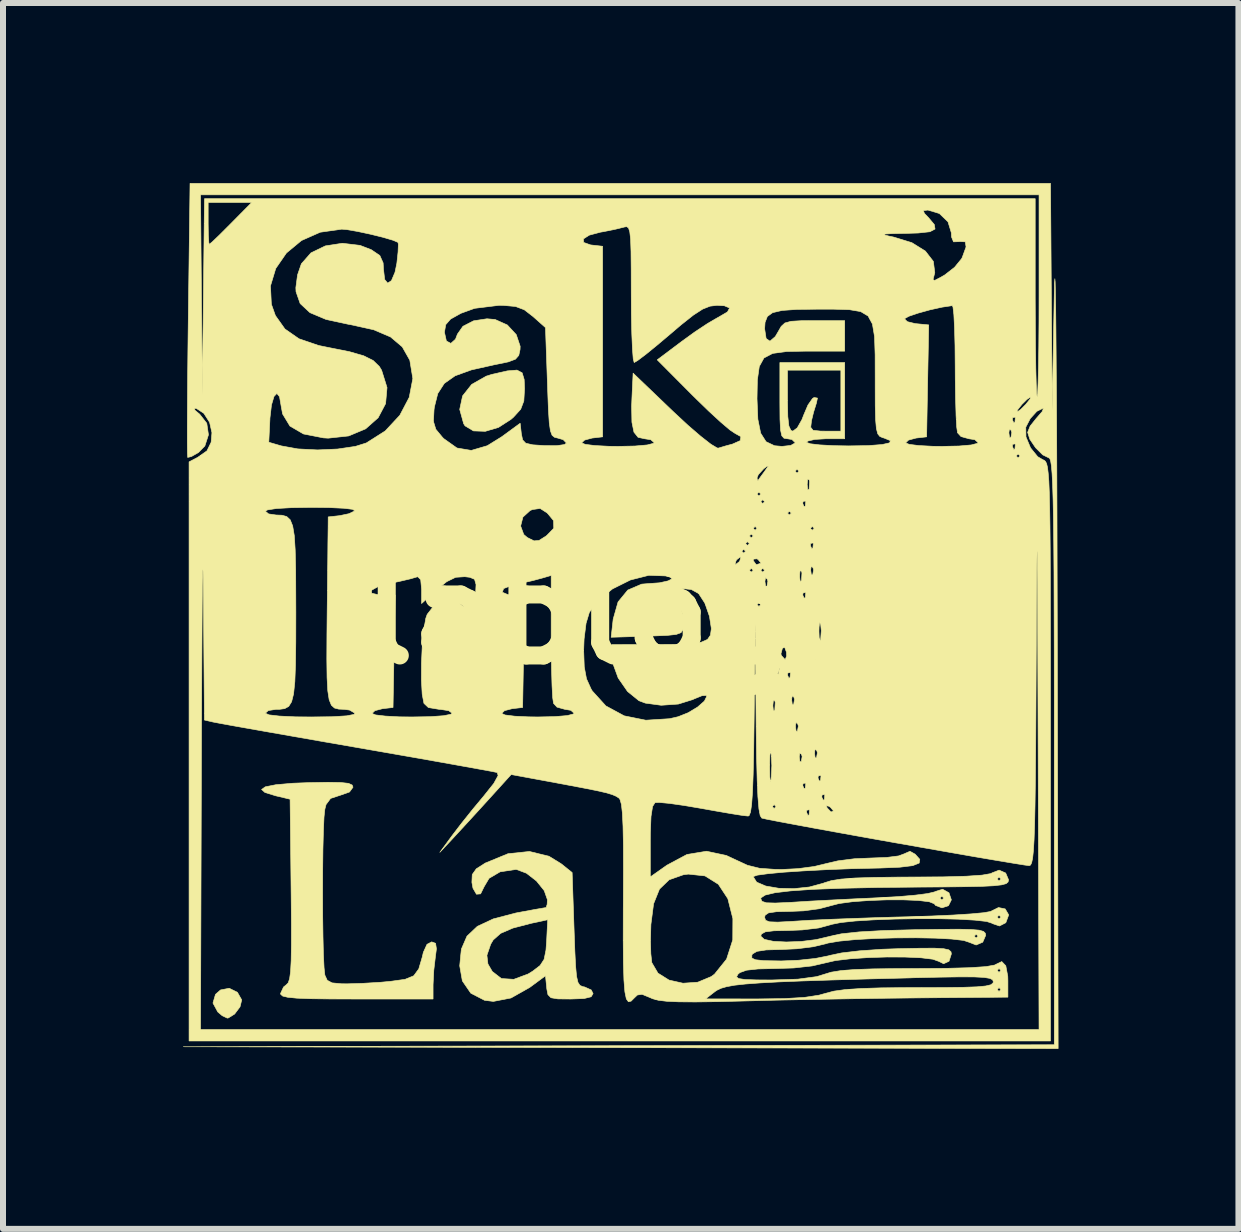
<source format=kicad_pcb>
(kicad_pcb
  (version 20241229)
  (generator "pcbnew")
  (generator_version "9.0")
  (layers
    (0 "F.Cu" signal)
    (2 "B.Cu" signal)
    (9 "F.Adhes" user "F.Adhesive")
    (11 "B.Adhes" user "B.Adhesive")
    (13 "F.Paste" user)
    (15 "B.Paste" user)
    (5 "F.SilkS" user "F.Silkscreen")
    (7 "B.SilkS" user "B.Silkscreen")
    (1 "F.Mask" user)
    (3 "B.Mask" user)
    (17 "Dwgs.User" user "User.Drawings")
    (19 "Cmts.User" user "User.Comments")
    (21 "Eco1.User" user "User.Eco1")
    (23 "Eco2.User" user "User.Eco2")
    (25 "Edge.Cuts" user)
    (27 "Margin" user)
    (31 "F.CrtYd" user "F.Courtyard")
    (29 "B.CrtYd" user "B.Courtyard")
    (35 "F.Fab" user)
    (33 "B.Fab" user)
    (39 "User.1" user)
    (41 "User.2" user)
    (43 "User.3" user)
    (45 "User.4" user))
  (footprint "lablogo"
    (layer "F.Cu")
    (at 7.276 7.181)
    (property "Reference" "lablogo" (at 0 0 0) (layer "F.SilkS") (effects (font (size 1.524 1.524) (thickness 0.3))))
    (attr through_hole)
    (fp_poly (pts (xy -6.371 6.301) (xy -6.299 6.428) (xy -6.327 6.543) (xy -6.417 6.663) (xy -6.523 6.729) (xy -6.54 6.731) (xy -6.624 6.691) (xy -6.698 6.628) (xy -6.778 6.48) (xy -6.736 6.336) (xy -6.652 6.262) (xy -6.507 6.234) (xy -6.371 6.301)) (stroke (width 0.01) (type solid)) (fill yes) (layer "F.SilkS"))
    (fp_poly (pts (xy -1.627 -4.02) (xy -1.593 -3.908) (xy -1.587 -3.753) (xy -1.599 -3.55) (xy -1.651 -3.413) (xy -1.771 -3.281) (xy -1.812 -3.245) (xy -2.021 -3.11) (xy -2.241 -3.045) (xy -2.438 -3.052) (xy -2.578 -3.136) (xy -2.601 -3.171) (xy -2.667 -3.41) (xy -2.619 -3.635) (xy -2.467 -3.827) (xy -2.225 -3.964) (xy -2.133 -3.993) (xy -1.873 -4.052) (xy -1.713 -4.065) (xy -1.627 -4.02)) (stroke (width 0.01) (type solid)) (fill yes) (layer "F.SilkS"))
    (fp_poly (pts (xy -4.648 2.806) (xy -4.52 2.82) (xy -4.459 2.848) (xy -4.445 2.884) (xy -4.503 2.964) (xy -4.659 3.019) (xy -4.66 3.019) (xy -4.818 3.071) (xy -4.894 3.173) (xy -4.914 3.252) (xy -4.928 3.384) (xy -4.938 3.614) (xy -4.946 3.918) (xy -4.95 4.271) (xy -4.951 4.647) (xy -4.95 5.022) (xy -4.945 5.371) (xy -4.938 5.669) (xy -4.927 5.891) (xy -4.914 6.013) (xy -4.913 6.017) (xy -4.874 6.101) (xy -4.794 6.144) (xy -4.636 6.159) (xy -4.542 6.16) (xy -4.284 6.152) (xy -3.985 6.134) (xy -3.814 6.118) (xy -3.577 6.085) (xy -3.433 6.026) (xy -3.349 5.911) (xy -3.29 5.711) (xy -3.273 5.636) (xy -3.212 5.502) (xy -3.134 5.461) (xy -3.069 5.485) (xy -3.055 5.577) (xy -3.071 5.699) (xy -3.099 5.936) (xy -3.111 6.174) (xy -3.111 6.175) (xy -3.111 6.413) (xy -4.381 6.413) (xy -4.822 6.412) (xy -5.15 6.408) (xy -5.381 6.399) (xy -5.532 6.384) (xy -5.616 6.364) (xy -5.649 6.335) (xy -5.652 6.321) (xy -5.602 6.213) (xy -5.555 6.175) (xy -5.524 6.143) (xy -5.501 6.075) (xy -5.485 5.957) (xy -5.475 5.774) (xy -5.471 5.51) (xy -5.471 5.152) (xy -5.475 4.684) (xy -5.476 4.603) (xy -5.493 3.084) (xy -5.734 3.027) (xy -5.912 2.972) (xy -5.968 2.922) (xy -5.906 2.878) (xy -5.731 2.843) (xy -5.449 2.818) (xy -5.186 2.808) (xy -4.863 2.802) (xy -4.648 2.806)) (stroke (width 0.01) (type solid)) (fill yes) (layer "F.SilkS"))
    (fp_poly (pts (xy -1.179 4.035) (xy -0.979 4.158) (xy -0.794 4.306) (xy -0.762 5.248) (xy -0.749 5.612) (xy -0.736 5.868) (xy -0.72 6.037) (xy -0.697 6.136) (xy -0.664 6.186) (xy -0.617 6.207) (xy -0.587 6.212) (xy -0.476 6.262) (xy -0.445 6.323) (xy -0.478 6.376) (xy -0.595 6.405) (xy -0.815 6.413) (xy -0.821 6.413) (xy -1.031 6.411) (xy -1.146 6.392) (xy -1.197 6.341) (xy -1.216 6.244) (xy -1.218 6.22) (xy -1.238 6.026) (xy -1.501 6.22) (xy -1.813 6.396) (xy -2.107 6.453) (xy -2.254 6.434) (xy -2.482 6.316) (xy -2.623 6.111) (xy -2.667 5.86) (xy -2.65 5.684) (xy -2.214 5.684) (xy -2.197 5.829) (xy -2.124 5.955) (xy -1.972 6.072) (xy -1.766 6.085) (xy -1.527 5.996) (xy -1.454 5.951) (xy -1.328 5.855) (xy -1.261 5.752) (xy -1.23 5.599) (xy -1.219 5.449) (xy -1.201 5.092) (xy -1.473 5.151) (xy -1.781 5.231) (xy -1.985 5.319) (xy -2.109 5.429) (xy -2.151 5.5) (xy -2.214 5.684) (xy -2.65 5.684) (xy -2.639 5.581) (xy -2.546 5.366) (xy -2.374 5.203) (xy -2.107 5.078) (xy -1.732 4.98) (xy -1.62 4.959) (xy -1.419 4.922) (xy -1.275 4.897) (xy -1.227 4.889) (xy -1.21 4.836) (xy -1.206 4.758) (xy -1.259 4.607) (xy -1.388 4.447) (xy -1.555 4.317) (xy -1.717 4.256) (xy -1.737 4.255) (xy -1.994 4.294) (xy -2.178 4.402) (xy -2.26 4.541) (xy -2.319 4.661) (xy -2.388 4.667) (xy -2.446 4.567) (xy -2.464 4.469) (xy -2.458 4.339) (xy -2.391 4.244) (xy -2.241 4.148) (xy -1.862 3.992) (xy -1.505 3.955) (xy -1.179 4.035)) (stroke (width 0.01) (type solid)) (fill yes) (layer "F.SilkS"))
    (fp_poly (pts (xy 7.204 -3.397) (xy 7.239 -5.334) (xy 7.244 -5.521) (xy 7.248 -5.587) (xy 7.253 -5.537) (xy 7.257 -5.375) (xy 7.262 -5.108) (xy 7.266 -4.741) (xy 7.27 -4.278) (xy 7.274 -3.726) (xy 7.278 -3.09) (xy 7.281 -2.375) (xy 7.284 -1.587) (xy 7.286 -0.73) (xy 7.288 -0.016) (xy 7.303 7.239) (xy 0.016 7.223) (xy -7.271 7.208) (xy -0.016 7.191) (xy 7.239 7.175) (xy 7.239 2.286) (xy 7.239 1.369) (xy 7.238 0.572) (xy 7.236 -0.114) (xy 7.234 -0.697) (xy 7.23 -1.185) (xy 7.225 -1.585) (xy 7.219 -1.906) (xy 7.211 -2.155) (xy 7.202 -2.34) (xy 7.191 -2.47) (xy 7.178 -2.552) (xy 7.163 -2.593) (xy 7.148 -2.603) (xy 7.046 -2.653) (xy 6.927 -2.772) (xy 6.831 -2.914) (xy 6.795 -3.028) (xy 6.836 -3.131) (xy 6.939 -3.261) (xy 6.95 -3.273) (xy 7.038 -3.375) (xy 7.057 -3.427) (xy 7.05 -3.429) (xy 6.948 -3.378) (xy 6.839 -3.258) (xy 6.764 -3.114) (xy 6.767 -2.952) (xy 6.843 -2.77) (xy 6.963 -2.622) (xy 7.048 -2.572) (xy 7.072 -2.562) (xy 7.092 -2.544) (xy 7.11 -2.509) (xy 7.125 -2.448) (xy 7.137 -2.352) (xy 7.148 -2.215) (xy 7.156 -2.026) (xy 7.162 -1.777) (xy 7.167 -1.461) (xy 7.171 -1.067) (xy 7.173 -0.589) (xy 7.174 -0.018) (xy 7.175 0.656) (xy 7.175 1.44) (xy 7.175 2.29) (xy 7.176 7.112) (xy -7.176 7.112) (xy -7.176 6.921) (xy -6.985 6.921) (xy 6.985 6.921) (xy 6.97 2.27) (xy 6.967 1.433) (xy 6.964 0.721) (xy 6.962 0.132) (xy 6.96 -0.336) (xy 6.958 -0.685) (xy 6.956 -0.918) (xy 6.954 -1.036) (xy 6.952 -1.041) (xy 6.95 -0.936) (xy 6.947 -0.723) (xy 6.945 -0.403) (xy 6.942 0.022) (xy 6.939 0.549) (xy 6.937 0.905) (xy 6.933 1.64) (xy 6.929 2.259) (xy 6.924 2.77) (xy 6.918 3.184) (xy 6.911 3.511) (xy 6.902 3.76) (xy 6.891 3.942) (xy 6.878 4.066) (xy 6.862 4.142) (xy 6.844 4.18) (xy 6.822 4.191) (xy 6.737 4.18) (xy 6.545 4.149) (xy 6.264 4.102) (xy 5.911 4.042) (xy 5.505 3.971) (xy 5.063 3.893) (xy 4.602 3.812) (xy 4.141 3.73) (xy 3.698 3.65) (xy 3.29 3.576) (xy 2.935 3.51) (xy 2.651 3.457) (xy 2.455 3.419) (xy 2.367 3.399) (xy 2.365 3.398) (xy 2.339 3.357) (xy 2.329 3.302) (xy 3.111 3.302) (xy 3.135 3.354) (xy 3.154 3.344) (xy 3.161 3.269) (xy 3.154 3.26) (xy 3.116 3.268) (xy 3.111 3.302) (xy 2.329 3.302) (xy 2.318 3.246) (xy 2.315 3.207) (xy 2.54 3.207) (xy 2.572 3.239) (xy 2.603 3.207) (xy 2.59 3.193) (xy 3.439 3.193) (xy 3.455 3.229) (xy 3.519 3.297) (xy 3.555 3.283) (xy 3.556 3.274) (xy 3.511 3.22) (xy 3.483 3.201) (xy 3.439 3.193) (xy 2.59 3.193) (xy 2.572 3.175) (xy 2.54 3.207) (xy 2.315 3.207) (xy 2.302 3.055) (xy 2.301 3.048) (xy 3.365 3.048) (xy 3.389 3.1) (xy 3.408 3.09) (xy 3.415 3.015) (xy 3.408 3.006) (xy 3.37 3.014) (xy 3.365 3.048) (xy 2.301 3.048) (xy 2.293 2.857) (xy 3.048 2.857) (xy 3.071 2.91) (xy 3.09 2.9) (xy 3.098 2.824) (xy 3.09 2.815) (xy 3.053 2.824) (xy 3.048 2.857) (xy 2.293 2.857) (xy 2.289 2.773) (xy 2.283 2.54) (xy 2.497 2.54) (xy 2.5 2.714) (xy 2.509 2.792) (xy 2.521 2.759) (xy 2.522 2.746) (xy 2.523 2.731) (xy 3.302 2.731) (xy 3.325 2.783) (xy 3.344 2.773) (xy 3.352 2.697) (xy 3.344 2.688) (xy 3.307 2.697) (xy 3.302 2.731) (xy 2.523 2.731) (xy 2.533 2.524) (xy 2.525 2.376) (xy 2.99 2.376) (xy 3.001 2.458) (xy 3.023 2.459) (xy 3.038 2.374) (xy 3.028 2.338) (xy 3 2.314) (xy 2.99 2.376) (xy 2.525 2.376) (xy 2.522 2.334) (xy 2.517 2.312) (xy 3.244 2.312) (xy 3.255 2.395) (xy 3.277 2.396) (xy 3.292 2.311) (xy 3.282 2.274) (xy 3.254 2.25) (xy 3.244 2.312) (xy 2.517 2.312) (xy 2.51 2.286) (xy 2.501 2.351) (xy 2.497 2.514) (xy 2.497 2.54) (xy 2.283 2.54) (xy 2.279 2.389) (xy 2.272 1.891) (xy 2.272 1.868) (xy 2.926 1.868) (xy 2.938 1.95) (xy 2.959 1.951) (xy 2.975 1.866) (xy 2.964 1.83) (xy 2.936 1.806) (xy 2.926 1.868) (xy 2.272 1.868) (xy 2.271 1.764) (xy 2.269 1.524) (xy 2.55 1.524) (xy 2.56 1.614) (xy 2.582 1.603) (xy 2.59 1.473) (xy 2.582 1.445) (xy 2.559 1.437) (xy 2.55 1.524) (xy 2.269 1.524) (xy 2.268 1.423) (xy 2.863 1.423) (xy 2.874 1.506) (xy 2.896 1.507) (xy 2.911 1.422) (xy 2.901 1.385) (xy 2.873 1.361) (xy 2.863 1.423) (xy 2.268 1.423) (xy 2.264 1.016) (xy 2.794 1.016) (xy 2.817 1.068) (xy 2.836 1.058) (xy 2.844 0.983) (xy 2.836 0.974) (xy 2.799 0.982) (xy 2.794 1.016) (xy 2.264 1.016) (xy 2.263 0.915) (xy 2.609 0.915) (xy 2.62 0.998) (xy 2.642 0.999) (xy 2.657 0.914) (xy 2.647 0.877) (xy 2.619 0.853) (xy 2.609 0.915) (xy 2.263 0.915) (xy 2.261 0.665) (xy 2.684 0.665) (xy 2.695 0.693) (xy 2.755 0.758) (xy 2.767 0.73) (xy 3.239 0.73) (xy 3.27 0.762) (xy 3.302 0.73) (xy 3.27 0.699) (xy 3.239 0.73) (xy 2.767 0.73) (xy 2.779 0.702) (xy 2.777 0.636) (xy 2.748 0.556) (xy 2.71 0.567) (xy 2.684 0.665) (xy 2.261 0.665) (xy 2.259 0.407) (xy 3.18 0.407) (xy 3.192 0.49) (xy 3.213 0.491) (xy 3.229 0.406) (xy 3.218 0.369) (xy 3.19 0.345) (xy 3.18 0.407) (xy 2.259 0.407) (xy 2.258 0.286) (xy 3.318 0.286) (xy 3.323 0.416) (xy 3.338 0.45) (xy 3.346 0.429) (xy 3.357 0.277) (xy 3.347 0.175) (xy 3.33 0.14) (xy 3.32 0.216) (xy 3.318 0.286) (xy 2.258 0.286) (xy 2.257 0.159) (xy 2.238 1.762) (xy 2.231 2.275) (xy 2.222 2.674) (xy 2.211 2.969) (xy 2.196 3.174) (xy 2.178 3.299) (xy 2.154 3.358) (xy 2.138 3.365) (xy 2.046 3.355) (xy 1.857 3.325) (xy 1.602 3.281) (xy 1.362 3.238) (xy 1.074 3.189) (xy 0.829 3.154) (xy 0.656 3.138) (xy 0.587 3.141) (xy 0.546 3.206) (xy 0.52 3.372) (xy 0.509 3.65) (xy 0.508 3.775) (xy 0.508 4.379) (xy 0.786 4.183) (xy 1.119 4.005) (xy 1.445 3.951) (xy 1.774 4.021) (xy 1.924 4.091) (xy 2.127 4.185) (xy 2.329 4.235) (xy 2.582 4.253) (xy 2.694 4.255) (xy 2.971 4.241) (xy 3.24 4.205) (xy 3.429 4.159) (xy 3.634 4.111) (xy 3.909 4.076) (xy 4.186 4.064) (xy 4.448 4.054) (xy 4.645 4.029) (xy 4.747 3.991) (xy 4.747 3.99) (xy 4.835 3.952) (xy 4.921 4) (xy 4.998 4.086) (xy 4.988 4.148) (xy 4.88 4.191) (xy 4.666 4.217) (xy 4.336 4.231) (xy 4.281 4.232) (xy 3.859 4.242) (xy 3.447 4.258) (xy 3.066 4.278) (xy 2.734 4.3) (xy 2.47 4.325) (xy 2.293 4.349) (xy 2.223 4.373) (xy 2.223 4.375) (xy 2.28 4.466) (xy 2.432 4.531) (xy 2.649 4.568) (xy 2.901 4.574) (xy 3.158 4.547) (xy 3.39 4.484) (xy 3.407 4.477) (xy 3.523 4.441) (xy 3.687 4.415) (xy 3.714 4.413) (xy 6.287 4.413) (xy 6.318 4.445) (xy 6.35 4.413) (xy 6.318 4.381) (xy 6.287 4.413) (xy 3.714 4.413) (xy 3.918 4.397) (xy 4.233 4.387) (xy 4.649 4.382) (xy 4.885 4.381) (xy 5.391 4.378) (xy 5.774 4.367) (xy 6.036 4.349) (xy 6.179 4.324) (xy 6.206 4.31) (xy 6.32 4.266) (xy 6.429 4.314) (xy 6.477 4.427) (xy 6.469 4.463) (xy 6.436 4.491) (xy 6.362 4.511) (xy 6.232 4.526) (xy 6.031 4.536) (xy 5.744 4.542) (xy 5.356 4.546) (xy 5.001 4.548) (xy 4.286 4.555) (xy 3.693 4.568) (xy 3.216 4.586) (xy 2.849 4.611) (xy 2.587 4.642) (xy 2.423 4.681) (xy 2.353 4.727) (xy 2.349 4.742) (xy 2.369 4.786) (xy 2.442 4.81) (xy 2.592 4.814) (xy 2.84 4.803) (xy 2.905 4.799) (xy 3.193 4.781) (xy 3.559 4.762) (xy 3.956 4.742) (xy 4.199 4.731) (xy 5.334 4.731) (xy 5.366 4.763) (xy 5.397 4.731) (xy 5.366 4.699) (xy 5.334 4.731) (xy 4.199 4.731) (xy 4.318 4.725) (xy 4.64 4.707) (xy 4.919 4.683) (xy 5.129 4.656) (xy 5.243 4.629) (xy 5.254 4.623) (xy 5.378 4.584) (xy 5.484 4.643) (xy 5.524 4.761) (xy 5.476 4.858) (xy 5.368 4.894) (xy 5.261 4.854) (xy 5.239 4.826) (xy 5.156 4.793) (xy 4.976 4.771) (xy 4.729 4.761) (xy 4.444 4.761) (xy 4.149 4.772) (xy 3.876 4.792) (xy 3.653 4.822) (xy 3.514 4.858) (xy 3.324 4.909) (xy 3.065 4.944) (xy 2.85 4.953) (xy 2.613 4.958) (xy 2.478 4.978) (xy 2.421 5.017) (xy 2.413 5.053) (xy 2.429 5.102) (xy 2.494 5.127) (xy 2.631 5.132) (xy 2.864 5.12) (xy 2.937 5.115) (xy 3.165 5.101) (xy 3.491 5.086) (xy 3.885 5.071) (xy 4.316 5.056) (xy 4.593 5.048) (xy 6.287 5.048) (xy 6.318 5.08) (xy 6.35 5.048) (xy 6.318 5.016) (xy 6.287 5.048) (xy 4.593 5.048) (xy 4.756 5.044) (xy 4.794 5.043) (xy 5.195 5.03) (xy 5.553 5.014) (xy 5.849 4.995) (xy 6.064 4.975) (xy 6.177 4.955) (xy 6.188 4.949) (xy 6.309 4.889) (xy 6.421 4.912) (xy 6.477 5.007) (xy 6.477 5.018) (xy 6.431 5.142) (xy 6.326 5.196) (xy 6.211 5.157) (xy 6.206 5.152) (xy 6.112 5.121) (xy 5.915 5.099) (xy 5.64 5.083) (xy 5.31 5.075) (xy 4.949 5.075) (xy 4.582 5.081) (xy 4.232 5.094) (xy 3.924 5.113) (xy 3.681 5.139) (xy 3.527 5.17) (xy 3.514 5.175) (xy 3.315 5.229) (xy 3.04 5.262) (xy 2.818 5.271) (xy 2.569 5.276) (xy 2.424 5.294) (xy 2.359 5.331) (xy 2.349 5.366) (xy 2.407 5.419) (xy 2.559 5.452) (xy 2.774 5.463) (xy 3.022 5.454) (xy 3.272 5.423) (xy 3.492 5.371) (xy 3.497 5.369) (xy 3.511 5.366) (xy 5.905 5.366) (xy 5.937 5.397) (xy 5.969 5.366) (xy 5.937 5.334) (xy 5.905 5.366) (xy 3.511 5.366) (xy 3.69 5.327) (xy 3.987 5.295) (xy 4.395 5.272) (xy 4.923 5.258) (xy 4.937 5.258) (xy 5.348 5.252) (xy 5.648 5.25) (xy 5.856 5.255) (xy 5.987 5.266) (xy 6.06 5.287) (xy 6.09 5.317) (xy 6.096 5.352) (xy 6.047 5.466) (xy 5.937 5.513) (xy 5.825 5.469) (xy 5.729 5.437) (xy 5.532 5.414) (xy 5.259 5.399) (xy 4.937 5.393) (xy 4.589 5.395) (xy 4.243 5.405) (xy 3.924 5.423) (xy 3.657 5.449) (xy 3.468 5.481) (xy 3.429 5.493) (xy 3.223 5.542) (xy 2.953 5.576) (xy 2.698 5.588) (xy 2.44 5.595) (xy 2.285 5.619) (xy 2.21 5.663) (xy 2.2 5.683) (xy 2.2 5.731) (xy 2.26 5.759) (xy 2.401 5.774) (xy 2.645 5.778) (xy 2.689 5.779) (xy 2.979 5.767) (xy 3.259 5.737) (xy 3.475 5.694) (xy 3.497 5.687) (xy 3.696 5.645) (xy 3.995 5.61) (xy 4.371 5.584) (xy 4.651 5.574) (xy 5.001 5.567) (xy 5.243 5.566) (xy 5.397 5.575) (xy 5.482 5.594) (xy 5.518 5.626) (xy 5.524 5.662) (xy 5.485 5.784) (xy 5.395 5.825) (xy 5.316 5.786) (xy 5.216 5.75) (xy 5.019 5.726) (xy 4.753 5.714) (xy 4.449 5.713) (xy 4.135 5.723) (xy 3.84 5.743) (xy 3.594 5.772) (xy 3.429 5.81) (xy 3.204 5.862) (xy 2.897 5.896) (xy 2.603 5.905) (xy 2.305 5.912) (xy 2.112 5.933) (xy 2 5.973) (xy 1.968 6.001) (xy 1.946 6.044) (xy 1.979 6.072) (xy 2.084 6.088) (xy 2.282 6.095) (xy 2.534 6.096) (xy 2.968 6.082) (xy 3.28 6.04) (xy 3.407 6.001) (xy 3.521 5.966) (xy 3.682 5.94) (xy 3.718 5.937) (xy 6.287 5.937) (xy 6.318 5.969) (xy 6.35 5.937) (xy 6.318 5.905) (xy 6.287 5.937) (xy 3.718 5.937) (xy 3.909 5.922) (xy 4.218 5.911) (xy 4.627 5.906) (xy 4.916 5.905) (xy 5.438 5.902) (xy 5.833 5.891) (xy 6.102 5.873) (xy 6.246 5.847) (xy 6.268 5.835) (xy 6.364 5.789) (xy 6.431 5.859) (xy 6.464 6.035) (xy 6.466 6.112) (xy 6.466 6.382) (xy 4.995 6.394) (xy 4.454 6.4) (xy 3.844 6.409) (xy 3.213 6.42) (xy 2.612 6.432) (xy 2.109 6.445) (xy 1.629 6.457) (xy 1.26 6.462) (xy 0.983 6.46) (xy 0.783 6.451) (xy 0.643 6.434) (xy 0.557 6.411) (xy 1.429 6.411) (xy 2.294 6.412) (xy 2.74 6.406) (xy 3.076 6.386) (xy 3.319 6.349) (xy 3.429 6.318) (xy 3.566 6.282) (xy 3.754 6.256) (xy 3.772 6.255) (xy 6.287 6.255) (xy 6.318 6.287) (xy 6.35 6.255) (xy 6.318 6.223) (xy 6.287 6.255) (xy 3.772 6.255) (xy 4.013 6.238) (xy 4.358 6.227) (xy 4.808 6.223) (xy 4.961 6.223) (xy 5.396 6.222) (xy 5.72 6.218) (xy 5.948 6.21) (xy 6.096 6.196) (xy 6.181 6.176) (xy 6.218 6.147) (xy 6.223 6.124) (xy 6.211 6.092) (xy 6.165 6.069) (xy 6.069 6.053) (xy 5.908 6.045) (xy 5.668 6.044) (xy 5.332 6.049) (xy 4.886 6.059) (xy 4.842 6.061) (xy 4.131 6.079) (xy 3.537 6.096) (xy 3.047 6.112) (xy 2.65 6.128) (xy 2.337 6.145) (xy 2.095 6.163) (xy 1.913 6.183) (xy 1.781 6.207) (xy 1.687 6.234) (xy 1.62 6.266) (xy 1.587 6.288) (xy 1.429 6.411) (xy 0.557 6.411) (xy 0.546 6.408) (xy 0.508 6.391) (xy 0.372 6.335) (xy 0.293 6.346) (xy 0.247 6.39) (xy 0.189 6.448) (xy 0.144 6.459) (xy 0.109 6.411) (xy 0.085 6.295) (xy 0.069 6.098) (xy 0.06 5.81) (xy 0.057 5.434) (xy 0.511 5.434) (xy 0.517 5.658) (xy 0.533 5.804) (xy 0.534 5.808) (xy 0.636 5.982) (xy 0.821 6.098) (xy 1.053 6.15) (xy 1.299 6.133) (xy 1.524 6.039) (xy 1.578 5.999) (xy 1.779 5.749) (xy 1.882 5.428) (xy 1.884 5.074) (xy 1.8 4.741) (xy 1.642 4.501) (xy 1.42 4.362) (xy 1.142 4.332) (xy 1.059 4.343) (xy 0.823 4.426) (xy 0.661 4.582) (xy 0.563 4.826) (xy 0.518 5.173) (xy 0.518 5.179) (xy 0.511 5.434) (xy 0.057 5.434) (xy 0.057 5.419) (xy 0.058 4.915) (xy 0.059 4.786) (xy 0.061 4.26) (xy 0.06 3.847) (xy 0.054 3.536) (xy 0.043 3.315) (xy 0.027 3.17) (xy 0.004 3.09) (xy -0.012 3.067) (xy -0.059 3.036) (xy -0.126 3.007) (xy -0.231 2.976) (xy -0.395 2.939) (xy -0.637 2.891) (xy -0.977 2.827) (xy -1.143 2.796) (xy -1.81 2.673) (xy -2.195 3.098) (xy -2.399 3.322) (xy -2.598 3.539) (xy -2.757 3.711) (xy -2.79 3.747) (xy -2.998 3.969) (xy -2.788 3.683) (xy -2.635 3.483) (xy -2.442 3.242) (xy -2.267 3.032) (xy -2.099 2.821) (xy -2.027 2.69) (xy -2.042 2.64) (xy -2.122 2.623) (xy -2.313 2.588) (xy -2.6 2.536) (xy -2.968 2.47) (xy -3.402 2.393) (xy -3.888 2.308) (xy -4.381 2.222) (xy -4.906 2.131) (xy -5.395 2.045) (xy -5.834 1.968) (xy -6.207 1.902) (xy -6.499 1.85) (xy -6.695 1.814) (xy -6.778 1.798) (xy -6.92 1.765) (xy -6.937 -0.308) (xy -6.94 -0.574) (xy -6.943 -0.717) (xy -6.947 -0.743) (xy -6.95 -0.656) (xy -6.954 -0.461) (xy -6.957 -0.163) (xy -6.96 0.233) (xy -6.963 0.723) (xy -6.966 1.302) (xy -6.969 1.964) (xy -6.97 2.27) (xy -6.985 6.921) (xy -7.176 6.921) (xy -7.176 2.288) (xy -7.176 -1.714) (xy -5.905 -1.714) (xy -5.851 -1.669) (xy -5.728 -1.651) (xy -5.627 -1.647) (xy -5.549 -1.625) (xy -5.491 -1.571) (xy -5.45 -1.469) (xy -5.423 -1.307) (xy -5.408 -1.068) (xy -5.4 -0.739) (xy -5.398 -0.306) (xy -5.397 -0.032) (xy -5.398 0.463) (xy -5.403 0.845) (xy -5.414 1.129) (xy -5.435 1.329) (xy -5.468 1.461) (xy -5.516 1.538) (xy -5.583 1.575) (xy -5.672 1.587) (xy -5.728 1.587) (xy -5.856 1.607) (xy -5.905 1.651) (xy -5.844 1.679) (xy -5.671 1.699) (xy -5.4 1.712) (xy -5.14 1.714) (xy -4.788 1.71) (xy -4.549 1.695) (xy -4.427 1.671) (xy -4.413 1.651) (xy -4.502 1.599) (xy -4.592 1.587) (xy -4.683 1.583) (xy -4.753 1.565) (xy -4.805 1.518) (xy -4.842 1.427) (xy -4.865 1.278) (xy -4.877 1.057) (xy -4.881 0.749) (xy -4.879 0.34) (xy -4.875 -0.068) (xy -4.871 -0.396) (xy -4.138 -0.396) (xy -4.133 -0.348) (xy -4.015 -0.32) (xy -3.932 -0.318) (xy -3.743 -0.318) (xy -3.761 0.619) (xy -3.778 1.556) (xy -3.953 1.576) (xy -4.08 1.609) (xy -4.128 1.655) (xy -4.068 1.68) (xy -3.907 1.699) (xy -3.671 1.712) (xy -3.461 1.714) (xy -3.156 1.709) (xy -2.934 1.693) (xy -2.812 1.668) (xy -2.799 1.655) (xy -1.968 1.655) (xy -1.91 1.681) (xy -1.751 1.701) (xy -1.521 1.712) (xy -1.365 1.714) (xy -1.081 1.708) (xy -0.876 1.691) (xy -0.772 1.664) (xy -0.762 1.651) (xy -0.816 1.603) (xy -0.914 1.587) (xy -1.046 1.55) (xy -1.104 1.487) (xy -1.118 1.392) (xy -1.129 1.193) (xy -1.137 0.916) (xy -1.142 0.603) (xy -0.602 0.603) (xy -0.592 0.88) (xy -0.555 1.078) (xy -0.479 1.246) (xy -0.459 1.28) (xy -0.232 1.53) (xy 0.073 1.695) (xy 0.434 1.768) (xy 0.829 1.743) (xy 0.972 1.71) (xy 1.14 1.643) (xy 1.296 1.549) (xy 1.409 1.45) (xy 1.448 1.372) (xy 1.44 1.355) (xy 1.369 1.36) (xy 1.236 1.414) (xy 1.216 1.424) (xy 0.975 1.499) (xy 0.69 1.519) (xy 0.425 1.483) (xy 0.319 1.443) (xy 0.129 1.289) (xy -0.027 1.064) (xy -0.117 0.818) (xy -0.127 0.721) (xy -0.127 0.508) (xy 0.556 0.507) (xy 0.926 0.504) (xy 1.189 0.492) (xy 1.361 0.467) (xy 1.462 0.422) (xy 1.51 0.352) (xy 1.524 0.253) (xy 1.524 0.231) (xy 1.494 0.037) (xy 1.481 0) (xy 3.111 0) (xy 3.135 0.052) (xy 3.154 0.042) (xy 3.161 -0.033) (xy 3.154 -0.042) (xy 3.116 -0.034) (xy 3.111 0) (xy 1.481 0) (xy 1.426 -0.159) (xy 2.286 -0.159) (xy 2.318 -0.127) (xy 2.349 -0.159) (xy 2.318 -0.191) (xy 2.286 -0.159) (xy 1.426 -0.159) (xy 1.422 -0.17) (xy 1.413 -0.189) (xy 1.313 -0.343) (xy 1.302 -0.349) (xy 2.349 -0.349) (xy 2.381 -0.318) (xy 3.048 -0.318) (xy 3.071 -0.265) (xy 3.09 -0.275) (xy 3.095 -0.318) (xy 3.239 -0.318) (xy 3.262 -0.265) (xy 3.281 -0.275) (xy 3.288 -0.351) (xy 3.281 -0.36) (xy 3.243 -0.351) (xy 3.239 -0.318) (xy 3.095 -0.318) (xy 3.098 -0.351) (xy 3.09 -0.36) (xy 3.053 -0.351) (xy 3.048 -0.318) (xy 2.381 -0.318) (xy 2.413 -0.349) (xy 2.381 -0.381) (xy 2.349 -0.349) (xy 1.302 -0.349) (xy 1.193 -0.409) (xy 1.095 -0.42) (xy 0.951 -0.422) (xy 0.901 -0.391) (xy 0.93 -0.297) (xy 0.988 -0.183) (xy 1.053 0.004) (xy 1.067 0.179) (xy 1.054 0.258) (xy 1.02 0.309) (xy 0.94 0.339) (xy 0.79 0.355) (xy 0.544 0.365) (xy 0.452 0.368) (xy -0.144 0.386) (xy -0.11 0.084) (xy -0.029 -0.202) (xy 0.133 -0.4) (xy 0.364 -0.499) (xy 0.475 -0.508) (xy 0.66 -0.521) (xy 0.769 -0.545) (xy 2.418 -0.545) (xy 2.43 -0.463) (xy 2.451 -0.462) (xy 2.467 -0.547) (xy 2.456 -0.583) (xy 2.428 -0.607) (xy 2.418 -0.545) (xy 0.769 -0.545) (xy 0.804 -0.553) (xy 0.873 -0.589) (xy 0.832 -0.617) (xy 0.765 -0.635) (xy 2.995 -0.635) (xy 3.005 -0.545) (xy 3.027 -0.556) (xy 3.035 -0.686) (xy 3.027 -0.714) (xy 3.003 -0.722) (xy 2.995 -0.635) (xy 0.765 -0.635) (xy 0.762 -0.636) (xy 0.483 -0.646) (xy 0.176 -0.568) (xy -0.121 -0.42) (xy -0.367 -0.221) (xy -0.507 -0.029) (xy -0.562 0.153) (xy -0.595 0.416) (xy -0.602 0.603) (xy -1.142 0.603) (xy -1.142 0.584) (xy -1.143 0.372) (xy -1.143 -0.644) (xy -1.286 -0.602) (xy -1.442 -0.56) (xy -1.524 -0.541) (xy -1.656 -0.511) (xy -1.794 -0.481) (xy -1.936 -0.425) (xy -1.957 -0.364) (xy -1.86 -0.323) (xy -1.776 -0.318) (xy -1.584 -0.318) (xy -1.602 0.619) (xy -1.619 1.556) (xy -1.794 1.576) (xy -1.921 1.609) (xy -1.968 1.655) (xy -2.799 1.655) (xy -2.794 1.651) (xy -2.85 1.609) (xy -2.986 1.588) (xy -3.009 1.587) (xy -3.189 1.557) (xy -3.263 1.487) (xy -3.292 1.336) (xy -3.305 1.1) (xy -3.304 0.818) (xy -3.291 0.526) (xy -3.266 0.264) (xy -3.232 0.07) (xy -3.209 0.005) (xy -3.063 -0.182) (xy -2.887 -0.252) (xy -2.7 -0.202) (xy -2.598 -0.122) (xy -2.499 -0.034) (xy -2.445 -0.011) (xy -2.428 -0.081) (xy -2.41 -0.234) (xy -2.403 -0.318) (xy -2.395 -0.493) (xy -2.42 -0.58) (xy -2.499 -0.613) (xy -2.583 -0.623) (xy -2.735 -0.613) (xy -2.884 -0.54) (xy -3.044 -0.409) (xy -3.302 -0.176) (xy -3.302 -0.412) (xy -3.317 -0.573) (xy -3.365 -0.622) (xy -3.383 -0.618) (xy -3.486 -0.588) (xy -3.669 -0.545) (xy -3.828 -0.511) (xy -4.034 -0.454) (xy -4.138 -0.396) (xy -4.871 -0.396) (xy -4.868 -0.73) (xy 2.159 -0.73) (xy 2.191 -0.699) (xy 2.223 -0.73) (xy 2.349 -0.73) (xy 2.381 -0.699) (xy 2.413 -0.73) (xy 2.408 -0.736) (xy 3.18 -0.736) (xy 3.192 -0.653) (xy 3.213 -0.652) (xy 3.229 -0.737) (xy 3.218 -0.774) (xy 3.19 -0.798) (xy 3.18 -0.736) (xy 2.408 -0.736) (xy 2.381 -0.762) (xy 2.349 -0.73) (xy 2.223 -0.73) (xy 2.191 -0.762) (xy 2.159 -0.73) (xy -4.868 -0.73) (xy -4.866 -0.83) (xy 1.921 -0.83) (xy 1.929 -0.826) (xy 1.987 -0.87) (xy 2 -0.889) (xy 2.001 -0.893) (xy 2.223 -0.893) (xy 2.269 -0.828) (xy 2.286 -0.826) (xy 2.348 -0.847) (xy 2.349 -0.854) (xy 2.305 -0.908) (xy 2.286 -0.921) (xy 2.227 -0.916) (xy 2.223 -0.893) (xy 2.001 -0.893) (xy 2.016 -0.948) (xy 2.008 -0.953) (xy 1.95 -0.908) (xy 1.937 -0.889) (xy 1.921 -0.83) (xy -4.866 -0.83) (xy -4.864 -1.048) (xy 2.032 -1.048) (xy 2.064 -1.016) (xy 2.095 -1.048) (xy 2.064 -1.079) (xy 2.032 -1.048) (xy -4.864 -1.048) (xy -4.863 -1.175) (xy 2.095 -1.175) (xy 2.127 -1.143) (xy 3.175 -1.143) (xy 3.198 -1.091) (xy 3.217 -1.101) (xy 3.225 -1.176) (xy 3.217 -1.185) (xy 3.18 -1.177) (xy 3.175 -1.143) (xy 2.127 -1.143) (xy 2.159 -1.175) (xy 2.127 -1.206) (xy 2.095 -1.175) (xy -4.863 -1.175) (xy -4.859 -1.467) (xy -1.652 -1.467) (xy -1.6 -1.326) (xy -1.54 -1.275) (xy -1.429 -1.22) (xy -1.345 -1.227) (xy -1.226 -1.302) (xy 2.159 -1.302) (xy 2.191 -1.27) (xy 2.223 -1.302) (xy 2.191 -1.333) (xy 2.159 -1.302) (xy -1.226 -1.302) (xy -1.224 -1.303) (xy -1.221 -1.305) (xy -1.101 -1.429) (xy 2.223 -1.429) (xy 2.254 -1.397) (xy 2.286 -1.429) (xy 3.175 -1.429) (xy 3.207 -1.397) (xy 3.239 -1.429) (xy 3.207 -1.46) (xy 3.175 -1.429) (xy 2.286 -1.429) (xy 2.254 -1.46) (xy 2.223 -1.429) (xy -1.101 -1.429) (xy -1.1 -1.43) (xy -1.104 -1.558) (xy -1.207 -1.683) (xy 2.794 -1.683) (xy 2.826 -1.651) (xy 2.857 -1.683) (xy 2.826 -1.714) (xy 2.794 -1.683) (xy -1.207 -1.683) (xy -1.207 -1.683) (xy -1.327 -1.76) (xy -1.454 -1.742) (xy -1.493 -1.726) (xy -1.614 -1.616) (xy -1.652 -1.467) (xy -4.859 -1.467) (xy -4.858 -1.619) (xy -4.667 -1.64) (xy -4.511 -1.673) (xy -4.416 -1.719) (xy -4.449 -1.745) (xy -4.596 -1.763) (xy -4.846 -1.775) (xy -5.131 -1.778) (xy -5.469 -1.773) (xy -5.72 -1.759) (xy -5.869 -1.736) (xy -5.905 -1.714) (xy -7.176 -1.714) (xy -7.176 -1.873) (xy 2.349 -1.873) (xy 2.381 -1.841) (xy 3.048 -1.841) (xy 3.071 -1.789) (xy 3.09 -1.799) (xy 3.098 -1.875) (xy 3.09 -1.884) (xy 3.053 -1.875) (xy 3.048 -1.841) (xy 2.381 -1.841) (xy 2.413 -1.873) (xy 2.381 -1.905) (xy 2.349 -1.873) (xy -7.176 -1.873) (xy -7.176 -2) (xy 2.286 -2) (xy 2.318 -1.968) (xy 2.349 -2) (xy 2.318 -2.032) (xy 2.286 -2) (xy -7.176 -2) (xy -7.176 -2.159) (xy 3.122 -2.159) (xy 3.132 -2.069) (xy 3.154 -2.08) (xy 3.162 -2.21) (xy 3.154 -2.238) (xy 3.13 -2.246) (xy 3.122 -2.159) (xy -7.176 -2.159) (xy -7.176 -2.268) (xy 2.286 -2.268) (xy 2.298 -2.223) (xy 2.304 -2.228) (xy 2.351 -2.294) (xy 2.415 -2.381) (xy 2.921 -2.381) (xy 2.953 -2.349) (xy 2.985 -2.381) (xy 2.953 -2.413) (xy 2.921 -2.381) (xy 2.415 -2.381) (xy 2.475 -2.468) (xy 2.453 -2.464) (xy 2.397 -2.421) (xy 2.308 -2.324) (xy 2.286 -2.268) (xy -7.176 -2.268) (xy -7.176 -2.536) (xy -7.033 -2.611) (xy -6.998 -2.635) (xy 6.604 -2.635) (xy 6.636 -2.603) (xy 6.668 -2.635) (xy 6.636 -2.667) (xy 6.604 -2.635) (xy -6.998 -2.635) (xy -6.878 -2.72) (xy -6.809 -2.861) (xy -6.808 -2.863) (xy -5.848 -2.863) (xy -5.639 -2.802) (xy -5.364 -2.752) (xy -5.036 -2.735) (xy -4.701 -2.75) (xy -4.405 -2.794) (xy -4.223 -2.851) (xy -3.908 -3.051) (xy -3.759 -3.211) (xy -3.105 -3.211) (xy -3.065 -3.079) (xy -2.955 -2.946) (xy -2.934 -2.924) (xy -2.713 -2.767) (xy -2.474 -2.727) (xy -2.208 -2.805) (xy -1.966 -2.955) (xy -1.66 -3.179) (xy -1.64 -3.003) (xy -1.619 -2.902) (xy -1.567 -2.847) (xy -1.45 -2.82) (xy -1.254 -2.807) (xy -1.05 -2.806) (xy -0.92 -2.825) (xy -0.889 -2.85) (xy -0.892 -2.853) (xy -0.635 -2.853) (xy -0.576 -2.828) (xy -0.418 -2.808) (xy -0.188 -2.796) (xy -0.032 -2.794) (xy 0.253 -2.8) (xy 0.457 -2.818) (xy 0.562 -2.845) (xy 0.572 -2.857) (xy 0.517 -2.905) (xy 0.414 -2.921) (xy 0.305 -2.945) (xy 0.236 -3.031) (xy 0.202 -3.197) (xy 0.197 -3.461) (xy 0.203 -3.612) (xy 0.222 -4.014) (xy 0.889 -3.375) (xy 1.133 -3.148) (xy 1.349 -2.962) (xy 1.518 -2.83) (xy 1.622 -2.768) (xy 1.641 -2.765) (xy 1.768 -2.803) (xy 1.879 -2.833) (xy 2.007 -2.89) (xy 2.017 -2.957) (xy 1.92 -3.011) (xy 1.835 -3.068) (xy 1.682 -3.198) (xy 1.482 -3.382) (xy 1.27 -3.588) (xy 2.286 -3.588) (xy 2.3 -3.247) (xy 2.347 -3.014) (xy 2.437 -2.872) (xy 2.578 -2.805) (xy 2.702 -2.794) (xy 2.848 -2.81) (xy 2.919 -2.85) (xy 2.921 -2.857) (xy 2.868 -2.909) (xy 2.794 -2.921) (xy 2.736 -2.93) (xy 2.699 -2.971) (xy 2.678 -3.068) (xy 2.669 -3.244) (xy 2.667 -3.522) (xy 2.667 -3.556) (xy 2.667 -4.064) (xy 2.794 -4.064) (xy 2.794 -3.556) (xy 2.799 -3.292) (xy 2.817 -3.134) (xy 2.851 -3.06) (xy 2.884 -3.048) (xy 2.957 -3.103) (xy 3.035 -3.241) (xy 3.063 -3.314) (xy 3.135 -3.483) (xy 3.211 -3.592) (xy 3.237 -3.608) (xy 3.293 -3.599) (xy 3.276 -3.517) (xy 3.228 -3.362) (xy 3.194 -3.223) (xy 3.181 -3.112) (xy 3.22 -3.062) (xy 3.343 -3.049) (xy 3.421 -3.048) (xy 3.683 -3.048) (xy 3.683 -4.064) (xy 2.794 -4.064) (xy 2.667 -4.064) (xy 2.667 -4.191) (xy 3.747 -4.191) (xy 3.747 -2.921) (xy 3.429 -2.921) (xy 3.248 -2.91) (xy 3.133 -2.883) (xy 3.111 -2.862) (xy 3.171 -2.838) (xy 3.331 -2.819) (xy 3.568 -2.806) (xy 3.81 -2.802) (xy 4.14 -2.807) (xy 4.371 -2.825) (xy 4.496 -2.853) (xy 4.508 -2.89) (xy 4.401 -2.934) (xy 4.381 -2.939) (xy 4.332 -2.96) (xy 4.298 -3.003) (xy 4.275 -3.09) (xy 4.262 -3.239) (xy 4.256 -3.471) (xy 4.255 -3.805) (xy 4.255 -3.91) (xy 4.254 -4.322) (xy 4.244 -4.624) (xy 4.209 -4.833) (xy 4.162 -4.919) (xy 4.744 -4.919) (xy 4.79 -4.872) (xy 4.92 -4.84) (xy 4.939 -4.838) (xy 5.147 -4.818) (xy 5.129 -3.885) (xy 5.112 -2.953) (xy 4.937 -2.933) (xy 4.81 -2.899) (xy 4.763 -2.853) (xy 4.821 -2.828) (xy 4.98 -2.808) (xy 5.21 -2.796) (xy 5.366 -2.794) (xy 6.54 -2.794) (xy 6.564 -2.742) (xy 6.583 -2.752) (xy 6.59 -2.827) (xy 6.583 -2.836) (xy 6.545 -2.828) (xy 6.54 -2.794) (xy 5.366 -2.794) (xy 5.65 -2.8) (xy 5.855 -2.818) (xy 5.959 -2.845) (xy 5.969 -2.857) (xy 5.915 -2.906) (xy 5.817 -2.921) (xy 5.685 -2.958) (xy 5.627 -3.021) (xy 5.627 -3.022) (xy 6.482 -3.022) (xy 6.494 -2.939) (xy 6.515 -2.938) (xy 6.531 -3.023) (xy 6.52 -3.06) (xy 6.492 -3.084) (xy 6.482 -3.022) (xy 5.627 -3.022) (xy 5.613 -3.117) (xy 5.606 -3.239) (xy 6.54 -3.239) (xy 6.564 -3.186) (xy 6.583 -3.196) (xy 6.59 -3.272) (xy 6.583 -3.281) (xy 6.545 -3.272) (xy 6.54 -3.239) (xy 5.606 -3.239) (xy 5.602 -3.315) (xy 5.601 -3.365) (xy 6.616 -3.365) (xy 6.677 -3.407) (xy 6.763 -3.493) (xy 6.836 -3.584) (xy 6.846 -3.619) (xy 6.785 -3.578) (xy 6.699 -3.493) (xy 6.626 -3.401) (xy 6.616 -3.365) (xy 5.601 -3.365) (xy 5.594 -3.592) (xy 5.589 -3.924) (xy 5.588 -4.133) (xy 5.585 -4.474) (xy 5.577 -4.766) (xy 5.566 -4.987) (xy 5.551 -5.115) (xy 5.54 -5.139) (xy 5.371 -5.114) (xy 5.168 -5.069) (xy 4.97 -5.014) (xy 4.816 -4.962) (xy 4.745 -4.922) (xy 4.744 -4.919) (xy 4.162 -4.919) (xy 4.137 -4.966) (xy 4.013 -5.04) (xy 3.824 -5.072) (xy 3.555 -5.08) (xy 3.305 -5.08) (xy 2.95 -5.076) (xy 2.704 -5.059) (xy 2.546 -5.022) (xy 2.458 -4.958) (xy 2.42 -4.86) (xy 2.413 -4.754) (xy 2.438 -4.591) (xy 2.502 -4.547) (xy 2.591 -4.624) (xy 2.634 -4.697) (xy 2.689 -4.793) (xy 2.751 -4.85) (xy 2.853 -4.878) (xy 3.025 -4.888) (xy 3.24 -4.889) (xy 3.747 -4.889) (xy 3.747 -4.381) (xy 3.115 -4.381) (xy 2.778 -4.375) (xy 2.547 -4.343) (xy 2.402 -4.267) (xy 2.324 -4.126) (xy 2.292 -3.901) (xy 2.286 -3.588) (xy 1.27 -3.588) (xy 1.255 -3.603) (xy 1.216 -3.641) (xy 0.624 -4.236) (xy 1.027 -4.539) (xy 1.249 -4.7) (xy 1.462 -4.841) (xy 1.623 -4.935) (xy 1.635 -4.941) (xy 1.794 -5.034) (xy 1.829 -5.1) (xy 1.742 -5.137) (xy 1.619 -5.144) (xy 1.503 -5.13) (xy 1.38 -5.081) (xy 1.227 -4.982) (xy 1.02 -4.818) (xy 0.843 -4.667) (xy 0.62 -4.479) (xy 0.431 -4.325) (xy 0.297 -4.224) (xy 0.24 -4.191) (xy 0.224 -4.251) (xy 0.211 -4.418) (xy 0.2 -4.672) (xy 0.193 -4.994) (xy 0.191 -5.338) (xy 0.19 -5.745) (xy 0.187 -6.042) (xy 0.18 -6.244) (xy 0.172 -6.319) (xy 4.402 -6.319) (xy 4.481 -6.298) (xy 4.564 -6.281) (xy 4.866 -6.188) (xy 5.091 -6.048) (xy 5.224 -5.876) (xy 5.248 -5.688) (xy 5.238 -5.649) (xy 5.218 -5.572) (xy 5.246 -5.559) (xy 5.346 -5.611) (xy 5.415 -5.651) (xy 5.577 -5.777) (xy 5.694 -5.92) (xy 5.705 -5.941) (xy 5.769 -6.117) (xy 5.756 -6.202) (xy 5.663 -6.207) (xy 5.652 -6.205) (xy 5.56 -6.202) (xy 5.527 -6.283) (xy 5.524 -6.352) (xy 5.468 -6.535) (xy 5.324 -6.674) (xy 5.135 -6.731) (xy 5.129 -6.731) (xy 5.058 -6.722) (xy 5.075 -6.676) (xy 5.144 -6.604) (xy 5.24 -6.49) (xy 5.252 -6.415) (xy 5.166 -6.37) (xy 4.972 -6.349) (xy 4.778 -6.343) (xy 4.54 -6.339) (xy 4.418 -6.332) (xy 4.402 -6.319) (xy 0.172 -6.319) (xy 0.166 -6.37) (xy 0.145 -6.434) (xy 0.114 -6.455) (xy 0.072 -6.448) (xy 0.07 -6.447) (xy -0.068 -6.413) (xy -0.263 -6.373) (xy -0.322 -6.363) (xy -0.509 -6.313) (xy -0.606 -6.251) (xy -0.603 -6.192) (xy -0.488 -6.151) (xy -0.464 -6.148) (xy -0.286 -6.128) (xy -0.286 -2.953) (xy -0.46 -2.933) (xy -0.587 -2.899) (xy -0.635 -2.853) (xy -0.892 -2.853) (xy -0.943 -2.906) (xy -1.032 -2.932) (xy -1.088 -2.946) (xy -1.128 -2.979) (xy -1.156 -3.054) (xy -1.175 -3.188) (xy -1.189 -3.403) (xy -1.201 -3.718) (xy -1.206 -3.863) (xy -1.238 -4.773) (xy -1.446 -4.958) (xy -1.591 -5.07) (xy -1.737 -5.125) (xy -1.94 -5.143) (xy -2.013 -5.144) (xy -2.419 -5.094) (xy -2.647 -5.011) (xy -2.819 -4.915) (xy -2.9 -4.822) (xy -2.921 -4.699) (xy -2.921 -4.693) (xy -2.889 -4.55) (xy -2.815 -4.51) (xy -2.737 -4.58) (xy -2.705 -4.664) (xy -2.613 -4.795) (xy -2.436 -4.886) (xy -2.213 -4.92) (xy -2.077 -4.908) (xy -1.874 -4.817) (xy -1.725 -4.656) (xy -1.66 -4.462) (xy -1.662 -4.407) (xy -1.683 -4.31) (xy -1.738 -4.247) (xy -1.857 -4.202) (xy -2.069 -4.158) (xy -2.095 -4.153) (xy -2.474 -4.068) (xy -2.744 -3.97) (xy -2.924 -3.843) (xy -3.033 -3.674) (xy -3.089 -3.45) (xy -3.095 -3.403) (xy -3.105 -3.211) (xy -3.759 -3.211) (xy -3.665 -3.312) (xy -3.508 -3.611) (xy -3.448 -3.924) (xy -3.498 -4.228) (xy -3.499 -4.231) (xy -3.624 -4.452) (xy -3.819 -4.617) (xy -4.1 -4.737) (xy -4.488 -4.823) (xy -4.511 -4.826) (xy -4.894 -4.909) (xy -5.162 -5.022) (xy -5.325 -5.174) (xy -5.394 -5.371) (xy -5.397 -5.438) (xy -5.369 -5.65) (xy -5.305 -5.836) (xy -5.145 -6.018) (xy -4.906 -6.134) (xy -4.622 -6.178) (xy -4.328 -6.143) (xy -4.141 -6.071) (xy -3.998 -5.974) (xy -3.943 -5.851) (xy -3.937 -5.745) (xy -3.917 -5.574) (xy -3.867 -5.514) (xy -3.804 -5.556) (xy -3.745 -5.695) (xy -3.714 -5.846) (xy -3.694 -6.033) (xy -3.689 -6.161) (xy -3.695 -6.193) (xy -3.777 -6.228) (xy -3.943 -6.277) (xy -4.154 -6.329) (xy -4.369 -6.375) (xy -4.549 -6.406) (xy -4.633 -6.413) (xy -4.991 -6.362) (xy -5.303 -6.224) (xy -5.554 -6.016) (xy -5.732 -5.758) (xy -5.82 -5.467) (xy -5.805 -5.163) (xy -5.738 -4.974) (xy -5.579 -4.75) (xy -5.345 -4.587) (xy -5.017 -4.475) (xy -4.851 -4.441) (xy -4.508 -4.373) (xy -4.268 -4.304) (xy -4.109 -4.225) (xy -4.006 -4.125) (xy -3.968 -4.062) (xy -3.878 -3.774) (xy -3.902 -3.506) (xy -4.026 -3.271) (xy -4.235 -3.086) (xy -4.517 -2.968) (xy -4.858 -2.931) (xy -4.938 -2.936) (xy -5.27 -3.001) (xy -5.496 -3.133) (xy -5.618 -3.335) (xy -5.64 -3.455) (xy -5.669 -3.622) (xy -5.713 -3.676) (xy -5.761 -3.626) (xy -5.803 -3.485) (xy -5.829 -3.263) (xy -5.829 -3.252) (xy -5.848 -2.863) (xy -6.808 -2.863) (xy -6.795 -3.022) (xy -6.834 -3.195) (xy -6.93 -3.345) (xy -7.052 -3.425) (xy -7.084 -3.429) (xy -7.081 -3.399) (xy -6.999 -3.33) (xy -6.881 -3.179) (xy -6.853 -2.987) (xy -6.913 -2.801) (xy -7.019 -2.692) (xy -7.137 -2.625) (xy -7.199 -2.61) (xy -7.199 -2.611) (xy -7.203 -2.678) (xy -7.205 -2.857) (xy -7.205 -3.135) (xy -7.203 -3.496) (xy -7.2 -3.927) (xy -7.195 -4.412) (xy -7.189 -4.905) (xy -7.162 -6.985) (xy -6.985 -6.985) (xy -6.97 -5.318) (xy -6.955 -3.651) (xy -6.937 -5.286) (xy -6.92 -6.858) (xy -6.858 -6.858) (xy -6.858 -6.509) (xy -6.855 -6.317) (xy -6.847 -6.191) (xy -6.84 -6.16) (xy -6.79 -6.201) (xy -6.674 -6.312) (xy -6.516 -6.47) (xy -6.477 -6.509) (xy -6.132 -6.858) (xy -6.858 -6.858) (xy -6.92 -6.858) (xy -6.919 -6.921) (xy 6.921 -6.921) (xy 6.921 -5.271) (xy 6.923 -4.828) (xy 6.926 -4.43) (xy 6.931 -4.093) (xy 6.938 -3.835) (xy 6.945 -3.672) (xy 6.953 -3.619) (xy 6.962 -3.68) (xy 6.969 -3.851) (xy 6.976 -4.117) (xy 6.981 -4.459) (xy 6.984 -4.863) (xy 6.985 -5.302) (xy 6.985 -6.985) (xy -6.985 -6.985) (xy -7.162 -6.985) (xy -7.16 -7.176) (xy 7.176 -7.176) (xy 7.204 -3.397)) (stroke (width 0.01) (type solid)) (fill yes) (layer "F.SilkS")))
  (gr_rect
    (start -3 -3)
    (end 17.583 17.424)
    (stroke (width 0.1) (type default))
    (fill no)
    (layer "Edge.Cuts")))
</source>
